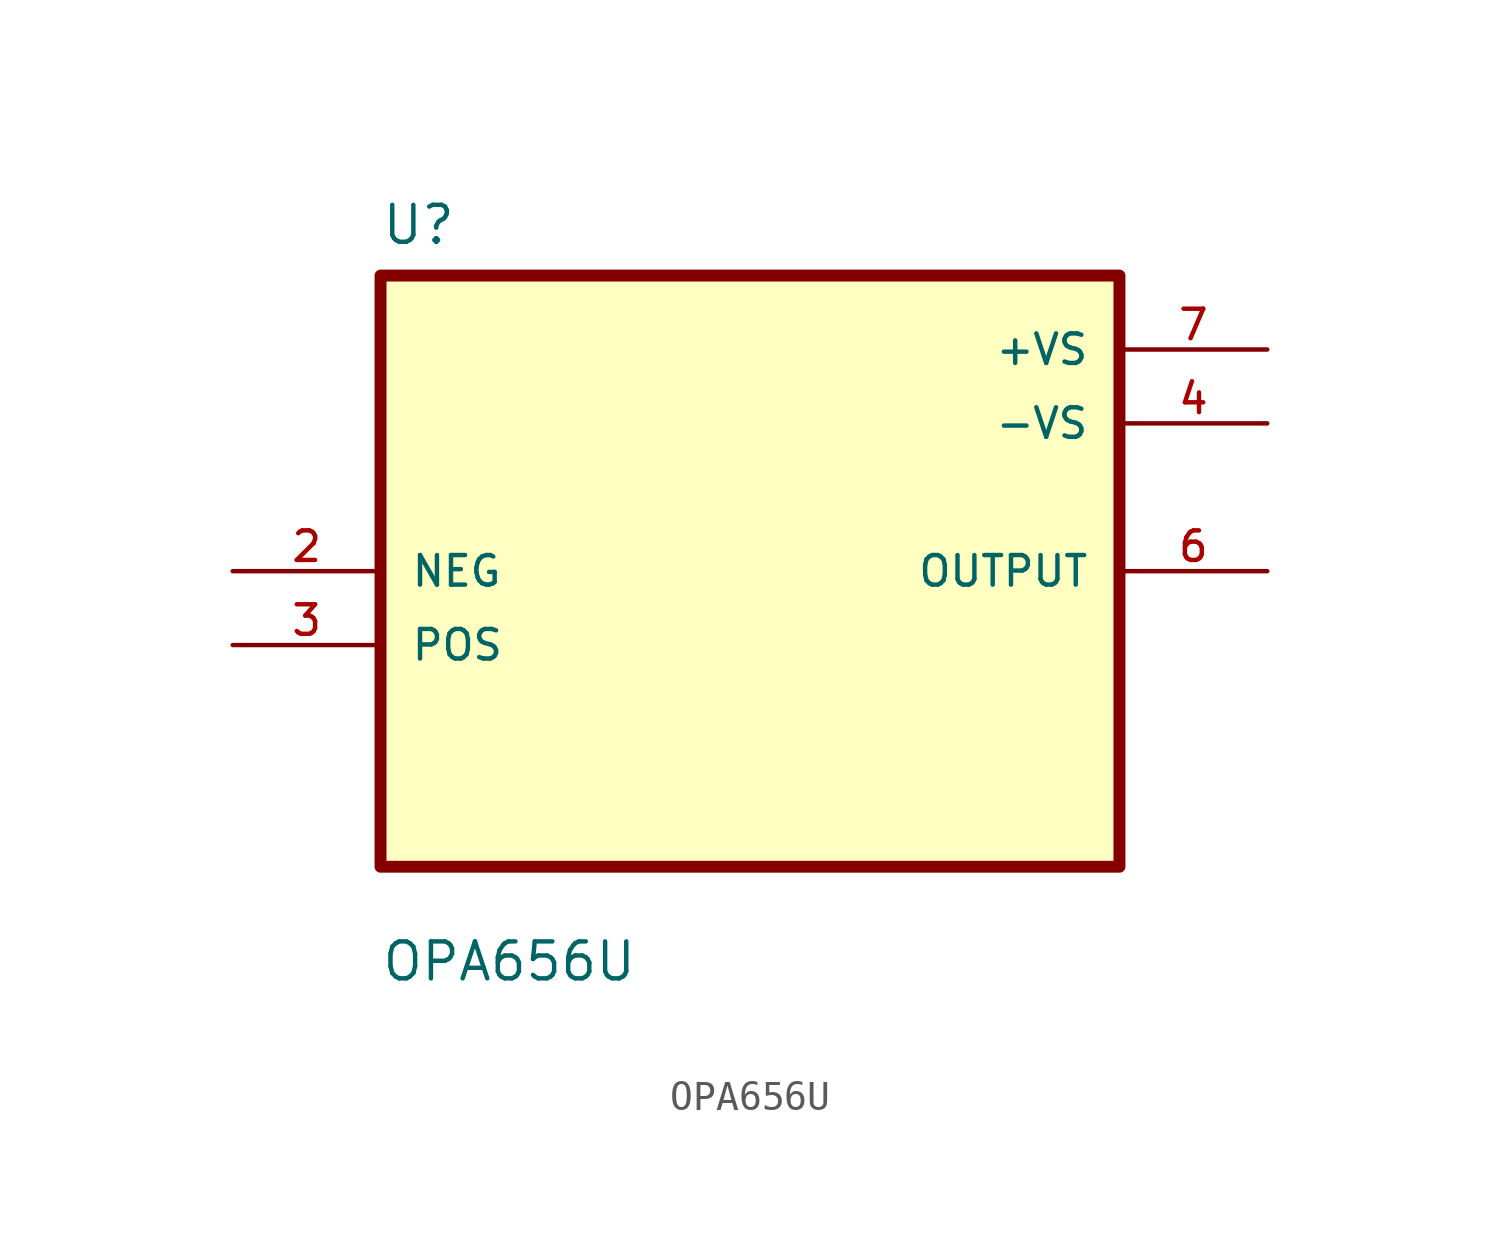
<source format=kicad_sym>
(kicad_symbol_lib
  (version 20211014)
  (generator kicad_symbol_editor)
  (symbol "OPA656U"
    (pin_names
      (offset 1.016))
    (property "Reference" "U"
      (at -12.7 11.16 0.0)
      (effects (font (size 1.27 1.27)) (justify bottom left)))
    (property "Value" "OPA656U"
      (at -12.7 -14.16 0.0)
      (effects (font (size 1.27 1.27)) (justify bottom left)))
    (symbol "OPA656U_0_0"
      (rectangle (start -12.7 -10.16) (end 12.7 10.16) (stroke (width 0.41)) (fill (type background)))
      (pin input line (at -17.78 0.0 0) (length 5.08) (name "NEG" (effects (font (size 1.016 1.016)))) (number "2" (effects (font (size 1.016 1.016)))))
      (pin input line (at -17.78 -2.54 0) (length 5.08) (name "POS" (effects (font (size 1.016 1.016)))) (number "3" (effects (font (size 1.016 1.016)))))
      (pin power_in line (at 17.78 7.62 180.0) (length 5.08) (name "+VS" (effects (font (size 1.016 1.016)))) (number "7" (effects (font (size 1.016 1.016)))))
      (pin power_in line (at 17.78 5.08 180.0) (length 5.08) (name "-VS" (effects (font (size 1.016 1.016)))) (number "4" (effects (font (size 1.016 1.016)))))
      (pin output line (at 17.78 0.0 180.0) (length 5.08) (name "OUTPUT" (effects (font (size 1.016 1.016)))) (number "6" (effects (font (size 1.016 1.016))))))))
</source>
